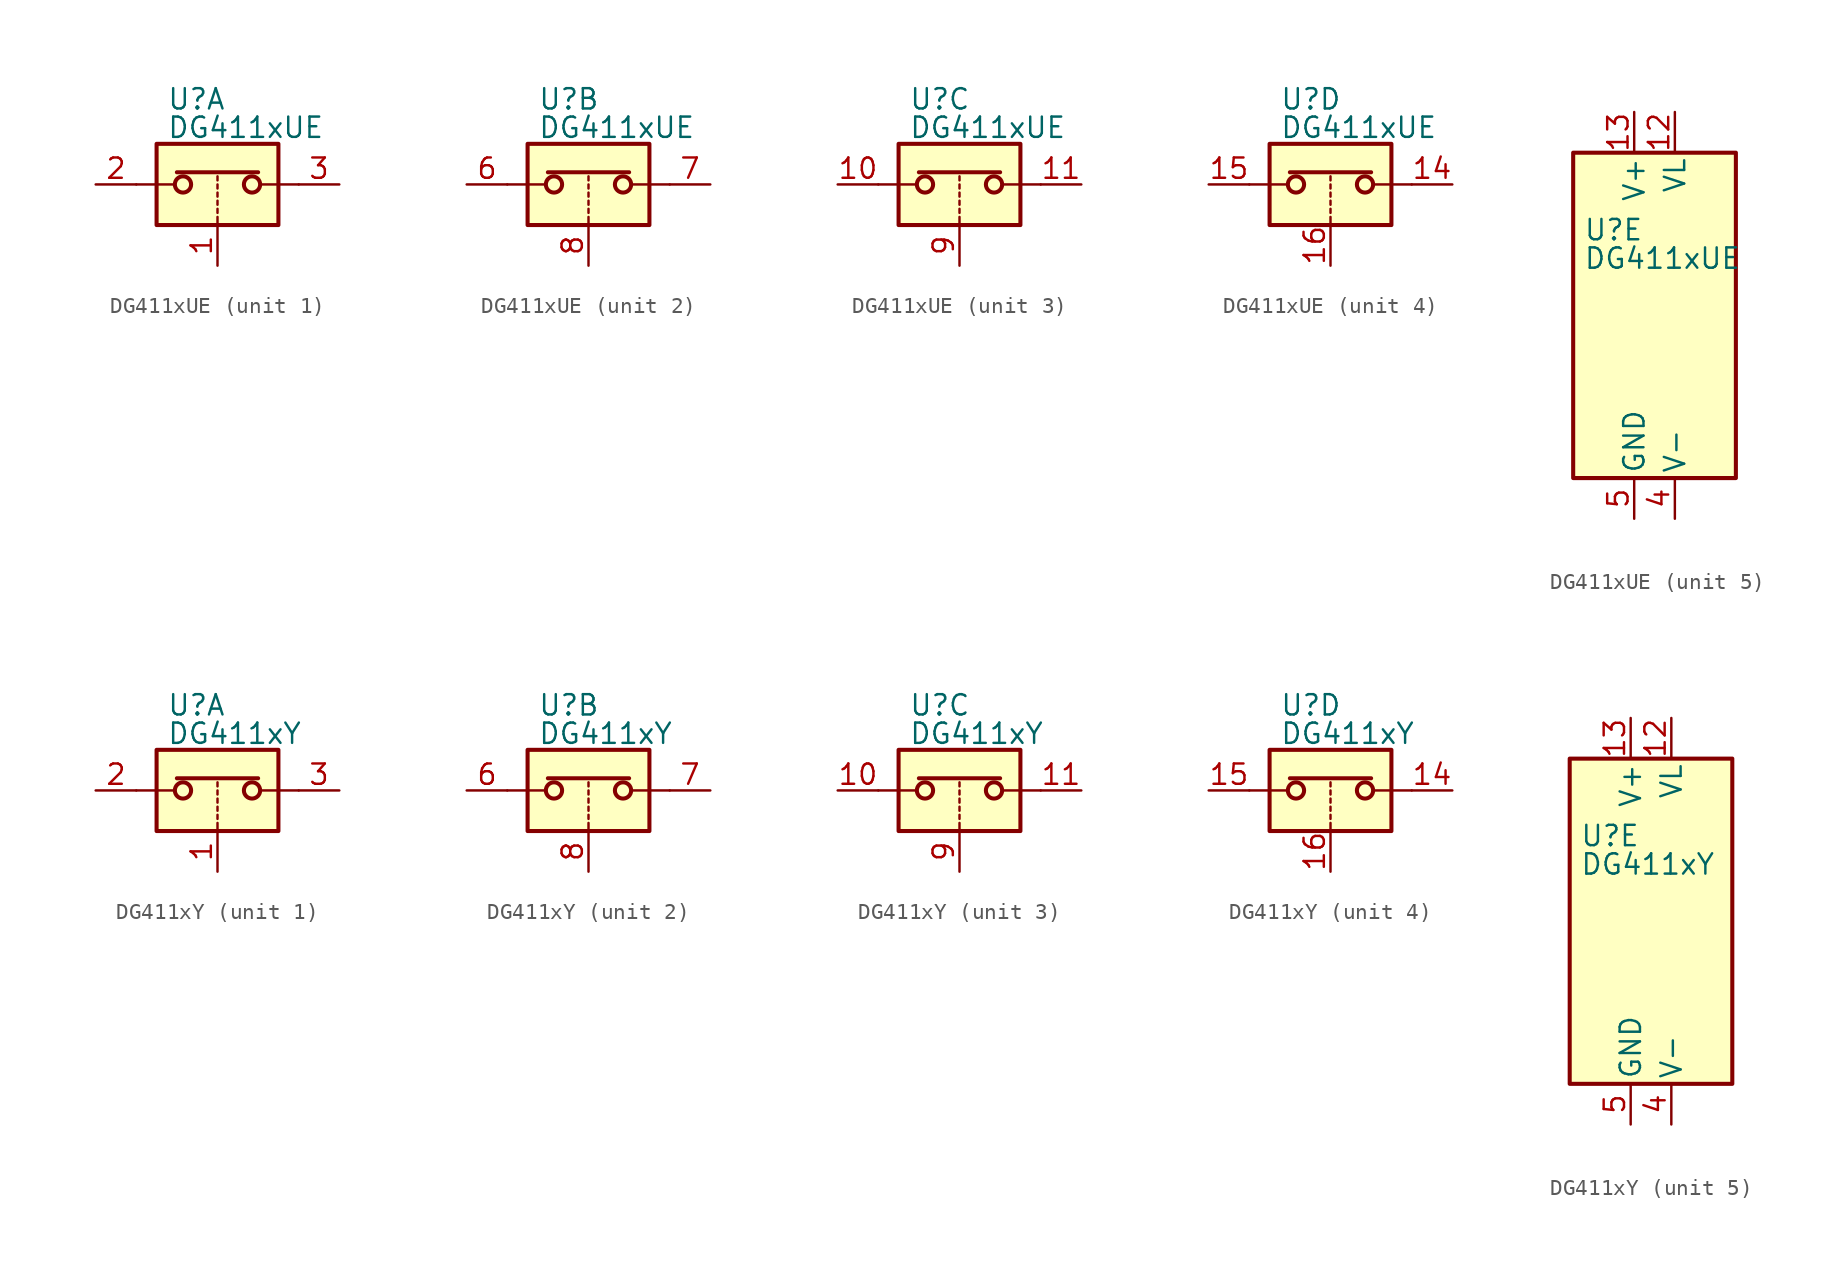
<source format=kicad_sym>
(kicad_symbol_lib
  (version 20201005)
  (generator kicad_symbol_editor)
  (symbol "DG411xUE"
    (pin_names
      (offset 0.254))
    (property "Reference" "U"
      (at -3.175 5.334 0)
      (effects (font (size 1.27 1.27)) (justify left)))
    (property "Value" "DG411xUE"
      (at -3.175 3.556 0)
      (effects (font (size 1.27 1.27)) (justify left)))
    (symbol "DG411xUE_1_1"
      (circle (center -2.159 0) (radius 0.508) (stroke (width 0.254)) (fill (type none)))
      (circle (center 2.159 0) (radius 0.508) (stroke (width 0.254)) (fill (type none)))
      (rectangle (start -3.81 2.54) (end 3.81 -2.54) (stroke (width 0.254)) (fill (type background)))
      (polyline (pts (xy -5.08 0) (xy -2.794 0)) (stroke (width 0)) (fill (type none)))
      (polyline (pts (xy -2.54 0.762) (xy 2.54 0.762)) (stroke (width 0.254)) (fill (type none)))
      (polyline (pts (xy 0 -2.54) (xy 0 -2.032)) (stroke (width 0)) (fill (type none)))
      (polyline (pts (xy 0 -1.778) (xy 0 -1.524)) (stroke (width 0)) (fill (type none)))
      (polyline (pts (xy 0 -1.27) (xy 0 -1.016)) (stroke (width 0)) (fill (type none)))
      (polyline (pts (xy 0 -0.762) (xy 0 -0.508)) (stroke (width 0)) (fill (type none)))
      (polyline (pts (xy 0 -0.254) (xy 0 0)) (stroke (width 0)) (fill (type none)))
      (polyline (pts (xy 0 0.254) (xy 0 0.508)) (stroke (width 0)) (fill (type none)))
      (polyline (pts (xy 5.08 0) (xy 2.794 0)) (stroke (width 0)) (fill (type none)))
      (pin input line (at 0 -5.08 90) (length 2.54) (name "~" (effects (font (size 1.27 1.27)))) (number "1" (effects (font (size 1.27 1.27)))))
      (pin passive line (at -7.62 0 0) (length 2.54) (name "~" (effects (font (size 1.27 1.27)))) (number "2" (effects (font (size 1.27 1.27)))))
      (pin passive line (at 7.62 0 180) (length 2.54) (name "~" (effects (font (size 1.27 1.27)))) (number "3" (effects (font (size 1.27 1.27))))))
    (symbol "DG411xUE_2_1"
      (circle (center -2.159 0) (radius 0.508) (stroke (width 0.254)) (fill (type none)))
      (circle (center 2.159 0) (radius 0.508) (stroke (width 0.254)) (fill (type none)))
      (rectangle (start -3.81 2.54) (end 3.81 -2.54) (stroke (width 0.254)) (fill (type background)))
      (polyline (pts (xy -5.08 0) (xy -2.794 0)) (stroke (width 0)) (fill (type none)))
      (polyline (pts (xy -2.54 0.762) (xy 2.54 0.762)) (stroke (width 0.254)) (fill (type none)))
      (polyline (pts (xy 0 -2.54) (xy 0 -2.032)) (stroke (width 0)) (fill (type none)))
      (polyline (pts (xy 0 -1.778) (xy 0 -1.524)) (stroke (width 0)) (fill (type none)))
      (polyline (pts (xy 0 -1.27) (xy 0 -1.016)) (stroke (width 0)) (fill (type none)))
      (polyline (pts (xy 0 -0.762) (xy 0 -0.508)) (stroke (width 0)) (fill (type none)))
      (polyline (pts (xy 0 -0.254) (xy 0 0)) (stroke (width 0)) (fill (type none)))
      (polyline (pts (xy 0 0.254) (xy 0 0.508)) (stroke (width 0)) (fill (type none)))
      (polyline (pts (xy 5.08 0) (xy 2.794 0)) (stroke (width 0)) (fill (type none)))
      (pin passive line (at -7.62 0 0) (length 2.54) (name "~" (effects (font (size 1.27 1.27)))) (number "6" (effects (font (size 1.27 1.27)))))
      (pin passive line (at 7.62 0 180) (length 2.54) (name "~" (effects (font (size 1.27 1.27)))) (number "7" (effects (font (size 1.27 1.27)))))
      (pin input line (at 0 -5.08 90) (length 2.54) (name "~" (effects (font (size 1.27 1.27)))) (number "8" (effects (font (size 1.27 1.27))))))
    (symbol "DG411xUE_3_1"
      (circle (center -2.159 0) (radius 0.508) (stroke (width 0.254)) (fill (type none)))
      (circle (center 2.159 0) (radius 0.508) (stroke (width 0.254)) (fill (type none)))
      (rectangle (start -3.81 2.54) (end 3.81 -2.54) (stroke (width 0.254)) (fill (type background)))
      (polyline (pts (xy -5.08 0) (xy -2.794 0)) (stroke (width 0)) (fill (type none)))
      (polyline (pts (xy -2.54 0.762) (xy 2.54 0.762)) (stroke (width 0.254)) (fill (type none)))
      (polyline (pts (xy 0 -2.54) (xy 0 -2.032)) (stroke (width 0)) (fill (type none)))
      (polyline (pts (xy 0 -1.778) (xy 0 -1.524)) (stroke (width 0)) (fill (type none)))
      (polyline (pts (xy 0 -1.27) (xy 0 -1.016)) (stroke (width 0)) (fill (type none)))
      (polyline (pts (xy 0 -0.762) (xy 0 -0.508)) (stroke (width 0)) (fill (type none)))
      (polyline (pts (xy 0 -0.254) (xy 0 0)) (stroke (width 0)) (fill (type none)))
      (polyline (pts (xy 0 0.254) (xy 0 0.508)) (stroke (width 0)) (fill (type none)))
      (polyline (pts (xy 5.08 0) (xy 2.794 0)) (stroke (width 0)) (fill (type none)))
      (pin passive line (at -7.62 0 0) (length 2.54) (name "~" (effects (font (size 1.27 1.27)))) (number "10" (effects (font (size 1.27 1.27)))))
      (pin passive line (at 7.62 0 180) (length 2.54) (name "~" (effects (font (size 1.27 1.27)))) (number "11" (effects (font (size 1.27 1.27)))))
      (pin input line (at 0 -5.08 90) (length 2.54) (name "~" (effects (font (size 1.27 1.27)))) (number "9" (effects (font (size 1.27 1.27))))))
    (symbol "DG411xUE_4_1"
      (circle (center -2.159 0) (radius 0.508) (stroke (width 0.254)) (fill (type none)))
      (circle (center 2.159 0) (radius 0.508) (stroke (width 0.254)) (fill (type none)))
      (rectangle (start -3.81 2.54) (end 3.81 -2.54) (stroke (width 0.254)) (fill (type background)))
      (polyline (pts (xy -5.08 0) (xy -2.794 0)) (stroke (width 0)) (fill (type none)))
      (polyline (pts (xy -2.54 0.762) (xy 2.54 0.762)) (stroke (width 0.254)) (fill (type none)))
      (polyline (pts (xy 0 -2.54) (xy 0 -2.032)) (stroke (width 0)) (fill (type none)))
      (polyline (pts (xy 0 -1.778) (xy 0 -1.524)) (stroke (width 0)) (fill (type none)))
      (polyline (pts (xy 0 -1.27) (xy 0 -1.016)) (stroke (width 0)) (fill (type none)))
      (polyline (pts (xy 0 -0.762) (xy 0 -0.508)) (stroke (width 0)) (fill (type none)))
      (polyline (pts (xy 0 -0.254) (xy 0 0)) (stroke (width 0)) (fill (type none)))
      (polyline (pts (xy 0 0.254) (xy 0 0.508)) (stroke (width 0)) (fill (type none)))
      (polyline (pts (xy 5.08 0) (xy 2.794 0)) (stroke (width 0)) (fill (type none)))
      (pin passive line (at 7.62 0 180) (length 2.54) (name "~" (effects (font (size 1.27 1.27)))) (number "14" (effects (font (size 1.27 1.27)))))
      (pin passive line (at -7.62 0 0) (length 2.54) (name "~" (effects (font (size 1.27 1.27)))) (number "15" (effects (font (size 1.27 1.27)))))
      (pin input line (at 0 -5.08 90) (length 2.54) (name "~" (effects (font (size 1.27 1.27)))) (number "16" (effects (font (size 1.27 1.27))))))
    (symbol "DG411xUE_5_0"
      (pin power_in line (at 2.54 12.7 270) (length 2.54) (name "VL" (effects (font (size 1.27 1.27)))) (number "12" (effects (font (size 1.27 1.27)))))
      (pin power_in line (at 0 12.7 270) (length 2.54) (name "V+" (effects (font (size 1.27 1.27)))) (number "13" (effects (font (size 1.27 1.27)))))
      (pin power_in line (at 2.54 -12.7 90) (length 2.54) (name "V-" (effects (font (size 1.27 1.27)))) (number "4" (effects (font (size 1.27 1.27)))))
      (pin power_in line (at 0 -12.7 90) (length 2.54) (name "GND" (effects (font (size 1.27 1.27)))) (number "5" (effects (font (size 1.27 1.27))))))
    (symbol "DG411xUE_5_1"
      (rectangle (start -3.81 10.16) (end 6.35 -10.16) (stroke (width 0.254)) (fill (type background)))))
  (symbol "DG411xY"
    (pin_names
      (offset 0.254))
    (property "Reference" "U"
      (at -3.175 5.334 0)
      (effects (font (size 1.27 1.27)) (justify left)))
    (property "Value" "DG411xY"
      (at -3.175 3.556 0)
      (effects (font (size 1.27 1.27)) (justify left)))
    (symbol "DG411xY_1_1"
      (circle (center -2.159 0) (radius 0.508) (stroke (width 0.254)) (fill (type none)))
      (circle (center 2.159 0) (radius 0.508) (stroke (width 0.254)) (fill (type none)))
      (rectangle (start -3.81 2.54) (end 3.81 -2.54) (stroke (width 0.254)) (fill (type background)))
      (polyline (pts (xy -5.08 0) (xy -2.794 0)) (stroke (width 0)) (fill (type none)))
      (polyline (pts (xy -2.54 0.762) (xy 2.54 0.762)) (stroke (width 0.254)) (fill (type none)))
      (polyline (pts (xy 0 -2.54) (xy 0 -2.032)) (stroke (width 0)) (fill (type none)))
      (polyline (pts (xy 0 -1.778) (xy 0 -1.524)) (stroke (width 0)) (fill (type none)))
      (polyline (pts (xy 0 -1.27) (xy 0 -1.016)) (stroke (width 0)) (fill (type none)))
      (polyline (pts (xy 0 -0.762) (xy 0 -0.508)) (stroke (width 0)) (fill (type none)))
      (polyline (pts (xy 0 -0.254) (xy 0 0)) (stroke (width 0)) (fill (type none)))
      (polyline (pts (xy 0 0.254) (xy 0 0.508)) (stroke (width 0)) (fill (type none)))
      (polyline (pts (xy 5.08 0) (xy 2.794 0)) (stroke (width 0)) (fill (type none)))
      (pin input line (at 0 -5.08 90) (length 2.54) (name "~" (effects (font (size 1.27 1.27)))) (number "1" (effects (font (size 1.27 1.27)))))
      (pin passive line (at -7.62 0 0) (length 2.54) (name "~" (effects (font (size 1.27 1.27)))) (number "2" (effects (font (size 1.27 1.27)))))
      (pin passive line (at 7.62 0 180) (length 2.54) (name "~" (effects (font (size 1.27 1.27)))) (number "3" (effects (font (size 1.27 1.27))))))
    (symbol "DG411xY_2_1"
      (circle (center -2.159 0) (radius 0.508) (stroke (width 0.254)) (fill (type none)))
      (circle (center 2.159 0) (radius 0.508) (stroke (width 0.254)) (fill (type none)))
      (rectangle (start -3.81 2.54) (end 3.81 -2.54) (stroke (width 0.254)) (fill (type background)))
      (polyline (pts (xy -5.08 0) (xy -2.794 0)) (stroke (width 0)) (fill (type none)))
      (polyline (pts (xy -2.54 0.762) (xy 2.54 0.762)) (stroke (width 0.254)) (fill (type none)))
      (polyline (pts (xy 0 -2.54) (xy 0 -2.032)) (stroke (width 0)) (fill (type none)))
      (polyline (pts (xy 0 -1.778) (xy 0 -1.524)) (stroke (width 0)) (fill (type none)))
      (polyline (pts (xy 0 -1.27) (xy 0 -1.016)) (stroke (width 0)) (fill (type none)))
      (polyline (pts (xy 0 -0.762) (xy 0 -0.508)) (stroke (width 0)) (fill (type none)))
      (polyline (pts (xy 0 -0.254) (xy 0 0)) (stroke (width 0)) (fill (type none)))
      (polyline (pts (xy 0 0.254) (xy 0 0.508)) (stroke (width 0)) (fill (type none)))
      (polyline (pts (xy 5.08 0) (xy 2.794 0)) (stroke (width 0)) (fill (type none)))
      (pin passive line (at -7.62 0 0) (length 2.54) (name "~" (effects (font (size 1.27 1.27)))) (number "6" (effects (font (size 1.27 1.27)))))
      (pin passive line (at 7.62 0 180) (length 2.54) (name "~" (effects (font (size 1.27 1.27)))) (number "7" (effects (font (size 1.27 1.27)))))
      (pin input line (at 0 -5.08 90) (length 2.54) (name "~" (effects (font (size 1.27 1.27)))) (number "8" (effects (font (size 1.27 1.27))))))
    (symbol "DG411xY_3_1"
      (circle (center -2.159 0) (radius 0.508) (stroke (width 0.254)) (fill (type none)))
      (circle (center 2.159 0) (radius 0.508) (stroke (width 0.254)) (fill (type none)))
      (rectangle (start -3.81 2.54) (end 3.81 -2.54) (stroke (width 0.254)) (fill (type background)))
      (polyline (pts (xy -5.08 0) (xy -2.794 0)) (stroke (width 0)) (fill (type none)))
      (polyline (pts (xy -2.54 0.762) (xy 2.54 0.762)) (stroke (width 0.254)) (fill (type none)))
      (polyline (pts (xy 0 -2.54) (xy 0 -2.032)) (stroke (width 0)) (fill (type none)))
      (polyline (pts (xy 0 -1.778) (xy 0 -1.524)) (stroke (width 0)) (fill (type none)))
      (polyline (pts (xy 0 -1.27) (xy 0 -1.016)) (stroke (width 0)) (fill (type none)))
      (polyline (pts (xy 0 -0.762) (xy 0 -0.508)) (stroke (width 0)) (fill (type none)))
      (polyline (pts (xy 0 -0.254) (xy 0 0)) (stroke (width 0)) (fill (type none)))
      (polyline (pts (xy 0 0.254) (xy 0 0.508)) (stroke (width 0)) (fill (type none)))
      (polyline (pts (xy 5.08 0) (xy 2.794 0)) (stroke (width 0)) (fill (type none)))
      (pin passive line (at -7.62 0 0) (length 2.54) (name "~" (effects (font (size 1.27 1.27)))) (number "10" (effects (font (size 1.27 1.27)))))
      (pin passive line (at 7.62 0 180) (length 2.54) (name "~" (effects (font (size 1.27 1.27)))) (number "11" (effects (font (size 1.27 1.27)))))
      (pin input line (at 0 -5.08 90) (length 2.54) (name "~" (effects (font (size 1.27 1.27)))) (number "9" (effects (font (size 1.27 1.27))))))
    (symbol "DG411xY_4_1"
      (circle (center -2.159 0) (radius 0.508) (stroke (width 0.254)) (fill (type none)))
      (circle (center 2.159 0) (radius 0.508) (stroke (width 0.254)) (fill (type none)))
      (rectangle (start -3.81 2.54) (end 3.81 -2.54) (stroke (width 0.254)) (fill (type background)))
      (polyline (pts (xy -5.08 0) (xy -2.794 0)) (stroke (width 0)) (fill (type none)))
      (polyline (pts (xy -2.54 0.762) (xy 2.54 0.762)) (stroke (width 0.254)) (fill (type none)))
      (polyline (pts (xy 0 -2.54) (xy 0 -2.032)) (stroke (width 0)) (fill (type none)))
      (polyline (pts (xy 0 -1.778) (xy 0 -1.524)) (stroke (width 0)) (fill (type none)))
      (polyline (pts (xy 0 -1.27) (xy 0 -1.016)) (stroke (width 0)) (fill (type none)))
      (polyline (pts (xy 0 -0.762) (xy 0 -0.508)) (stroke (width 0)) (fill (type none)))
      (polyline (pts (xy 0 -0.254) (xy 0 0)) (stroke (width 0)) (fill (type none)))
      (polyline (pts (xy 0 0.254) (xy 0 0.508)) (stroke (width 0)) (fill (type none)))
      (polyline (pts (xy 5.08 0) (xy 2.794 0)) (stroke (width 0)) (fill (type none)))
      (pin passive line (at 7.62 0 180) (length 2.54) (name "~" (effects (font (size 1.27 1.27)))) (number "14" (effects (font (size 1.27 1.27)))))
      (pin passive line (at -7.62 0 0) (length 2.54) (name "~" (effects (font (size 1.27 1.27)))) (number "15" (effects (font (size 1.27 1.27)))))
      (pin input line (at 0 -5.08 90) (length 2.54) (name "~" (effects (font (size 1.27 1.27)))) (number "16" (effects (font (size 1.27 1.27))))))
    (symbol "DG411xY_5_0"
      (pin power_in line (at 2.54 12.7 270) (length 2.54) (name "VL" (effects (font (size 1.27 1.27)))) (number "12" (effects (font (size 1.27 1.27)))))
      (pin power_in line (at 0 12.7 270) (length 2.54) (name "V+" (effects (font (size 1.27 1.27)))) (number "13" (effects (font (size 1.27 1.27)))))
      (pin power_in line (at 2.54 -12.7 90) (length 2.54) (name "V-" (effects (font (size 1.27 1.27)))) (number "4" (effects (font (size 1.27 1.27)))))
      (pin power_in line (at 0 -12.7 90) (length 2.54) (name "GND" (effects (font (size 1.27 1.27)))) (number "5" (effects (font (size 1.27 1.27))))))
    (symbol "DG411xY_5_1"
      (rectangle (start -3.81 10.16) (end 6.35 -10.16) (stroke (width 0.254)) (fill (type background))))))
</source>
